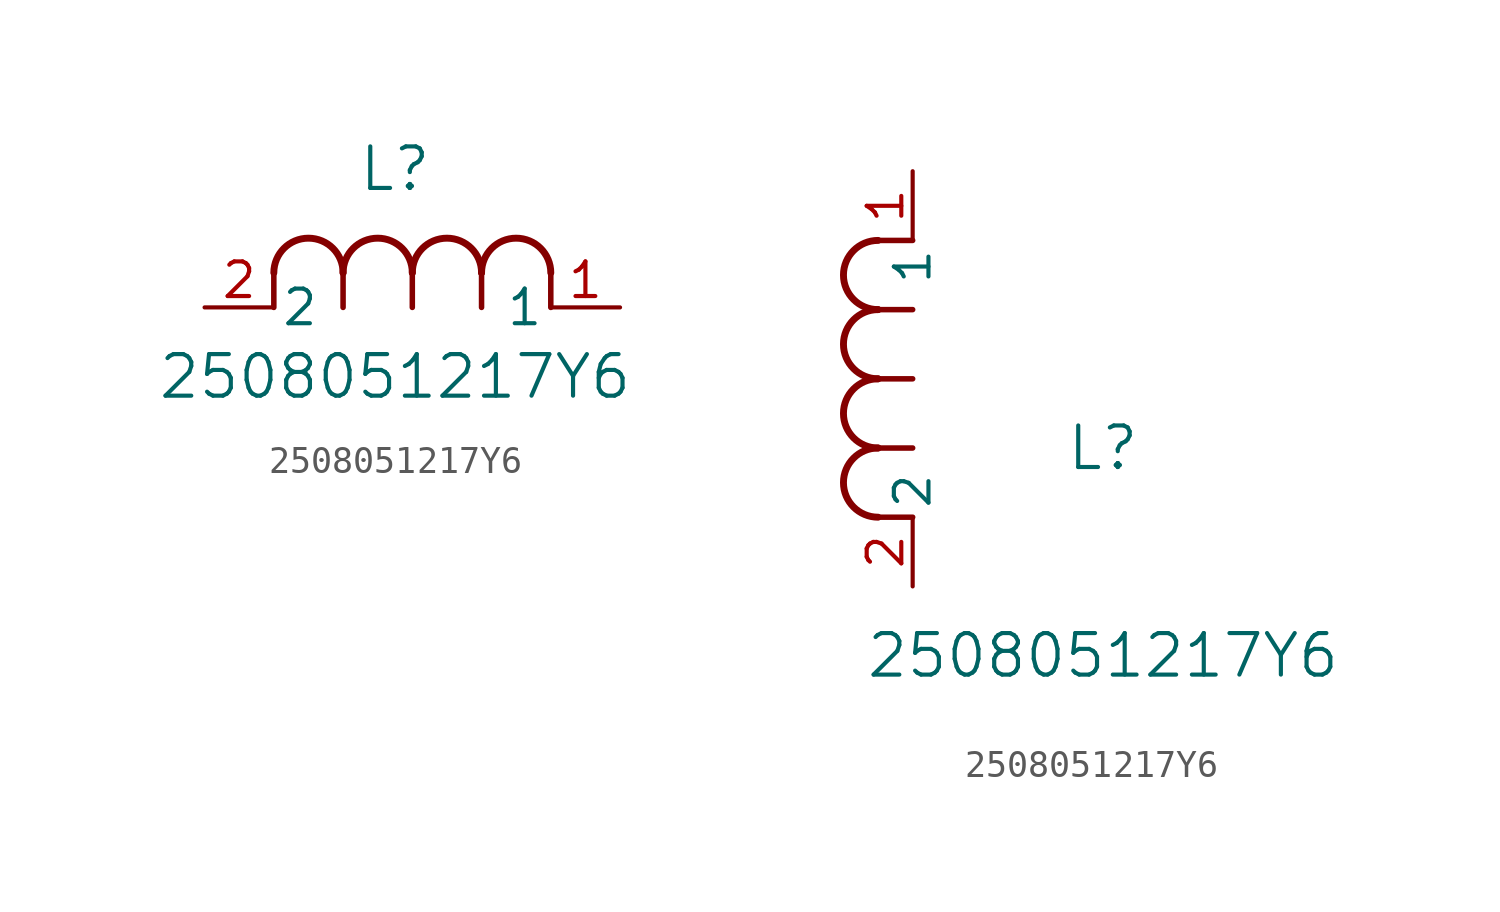
<source format=kicad_sym>
(kicad_symbol_lib
  (version 20211014)
  (generator kicad_symbol_editor)
  (symbol "2508051217Y6"
    (pin_names
      (offset 0.254))
    (property "Reference" "L"
      (at 6.985 5.08 0)
      (effects (font (size 1.524 1.524))))
    (property "Value" "2508051217Y6"
      (at 6.985 -2.54 0)
      (effects (font (size 1.524 1.524))))
    (symbol "2508051217Y6_1_1"
      (arc (start 7.62 1.27) (mid 6.35 2.54) (end 5.08 1.27) (stroke (width 0.254) (type default) (color 0 0 0 0)) (fill (type none)))
      (polyline (pts (xy 5.08 0) (xy 5.08 1.27)) (stroke (width 0.203) (type default) (color 0 0 0 0)) (fill (type none)))
      (polyline (pts (xy 7.62 0) (xy 7.62 1.27)) (stroke (width 0.203) (type default) (color 0 0 0 0)) (fill (type none)))
      (polyline (pts (xy 12.7 0) (xy 12.7 1.27)) (stroke (width 0.203) (type default) (color 0 0 0 0)) (fill (type none)))
      (arc (start 5.08 1.27) (mid 3.81 2.54) (end 2.54 1.27) (stroke (width 0.254) (type default) (color 0 0 0 0)) (fill (type none)))
      (arc (start 10.16 1.27) (mid 8.89 2.54) (end 7.62 1.27) (stroke (width 0.254) (type default) (color 0 0 0 0)) (fill (type none)))
      (arc (start 12.7 1.27) (mid 11.43 2.54) (end 10.16 1.27) (stroke (width 0.254) (type default) (color 0 0 0 0)) (fill (type none)))
      (polyline (pts (xy 2.54 0) (xy 2.54 1.27)) (stroke (width 0.203) (type default) (color 0 0 0 0)) (fill (type none)))
      (polyline (pts (xy 10.16 0) (xy 10.16 1.27)) (stroke (width 0.203) (type default) (color 0 0 0 0)) (fill (type none)))
      (pin unspecified line (at 0 0 0) (length 2.54) (name "2" (effects (font (size 1.27 1.27)))) (number "2" (effects (font (size 1.27 1.27)))))
      (pin unspecified line (at 15.24 0 180) (length 2.54) (name "1" (effects (font (size 1.27 1.27)))) (number "1" (effects (font (size 1.27 1.27))))))
    (symbol "2508051217Y6_1_2"
      (arc (start -1.27 7.62) (mid -2.54 6.35) (end -1.27 5.08) (stroke (width 0.254) (type default) (color 0 0 0 0)) (fill (type none)))
      (arc (start -1.27 5.08) (mid -2.54 3.81) (end -1.27 2.54) (stroke (width 0.254) (type default) (color 0 0 0 0)) (fill (type none)))
      (arc (start -1.27 12.7) (mid -2.54 11.43) (end -1.27 10.16) (stroke (width 0.254) (type default) (color 0 0 0 0)) (fill (type none)))
      (arc (start -1.27 10.16) (mid -2.54 8.89) (end -1.27 7.62) (stroke (width 0.254) (type default) (color 0 0 0 0)) (fill (type none)))
      (polyline (pts (xy 0 7.62) (xy -1.27 7.62)) (stroke (width 0.203) (type default) (color 0 0 0 0)) (fill (type none)))
      (polyline (pts (xy 0 5.08) (xy -1.27 5.08)) (stroke (width 0.203) (type default) (color 0 0 0 0)) (fill (type none)))
      (polyline (pts (xy 0 12.7) (xy -1.27 12.7)) (stroke (width 0.203) (type default) (color 0 0 0 0)) (fill (type none)))
      (polyline (pts (xy 0 2.54) (xy -1.27 2.54)) (stroke (width 0.203) (type default) (color 0 0 0 0)) (fill (type none)))
      (polyline (pts (xy 0 10.16) (xy -1.27 10.16)) (stroke (width 0.203) (type default) (color 0 0 0 0)) (fill (type none)))
      (pin unspecified line (at 0 0 90) (length 2.54) (name "2" (effects (font (size 1.27 1.27)))) (number "2" (effects (font (size 1.27 1.27)))))
      (pin unspecified line (at 0 15.24 270) (length 2.54) (name "1" (effects (font (size 1.27 1.27)))) (number "1" (effects (font (size 1.27 1.27))))))))
</source>
